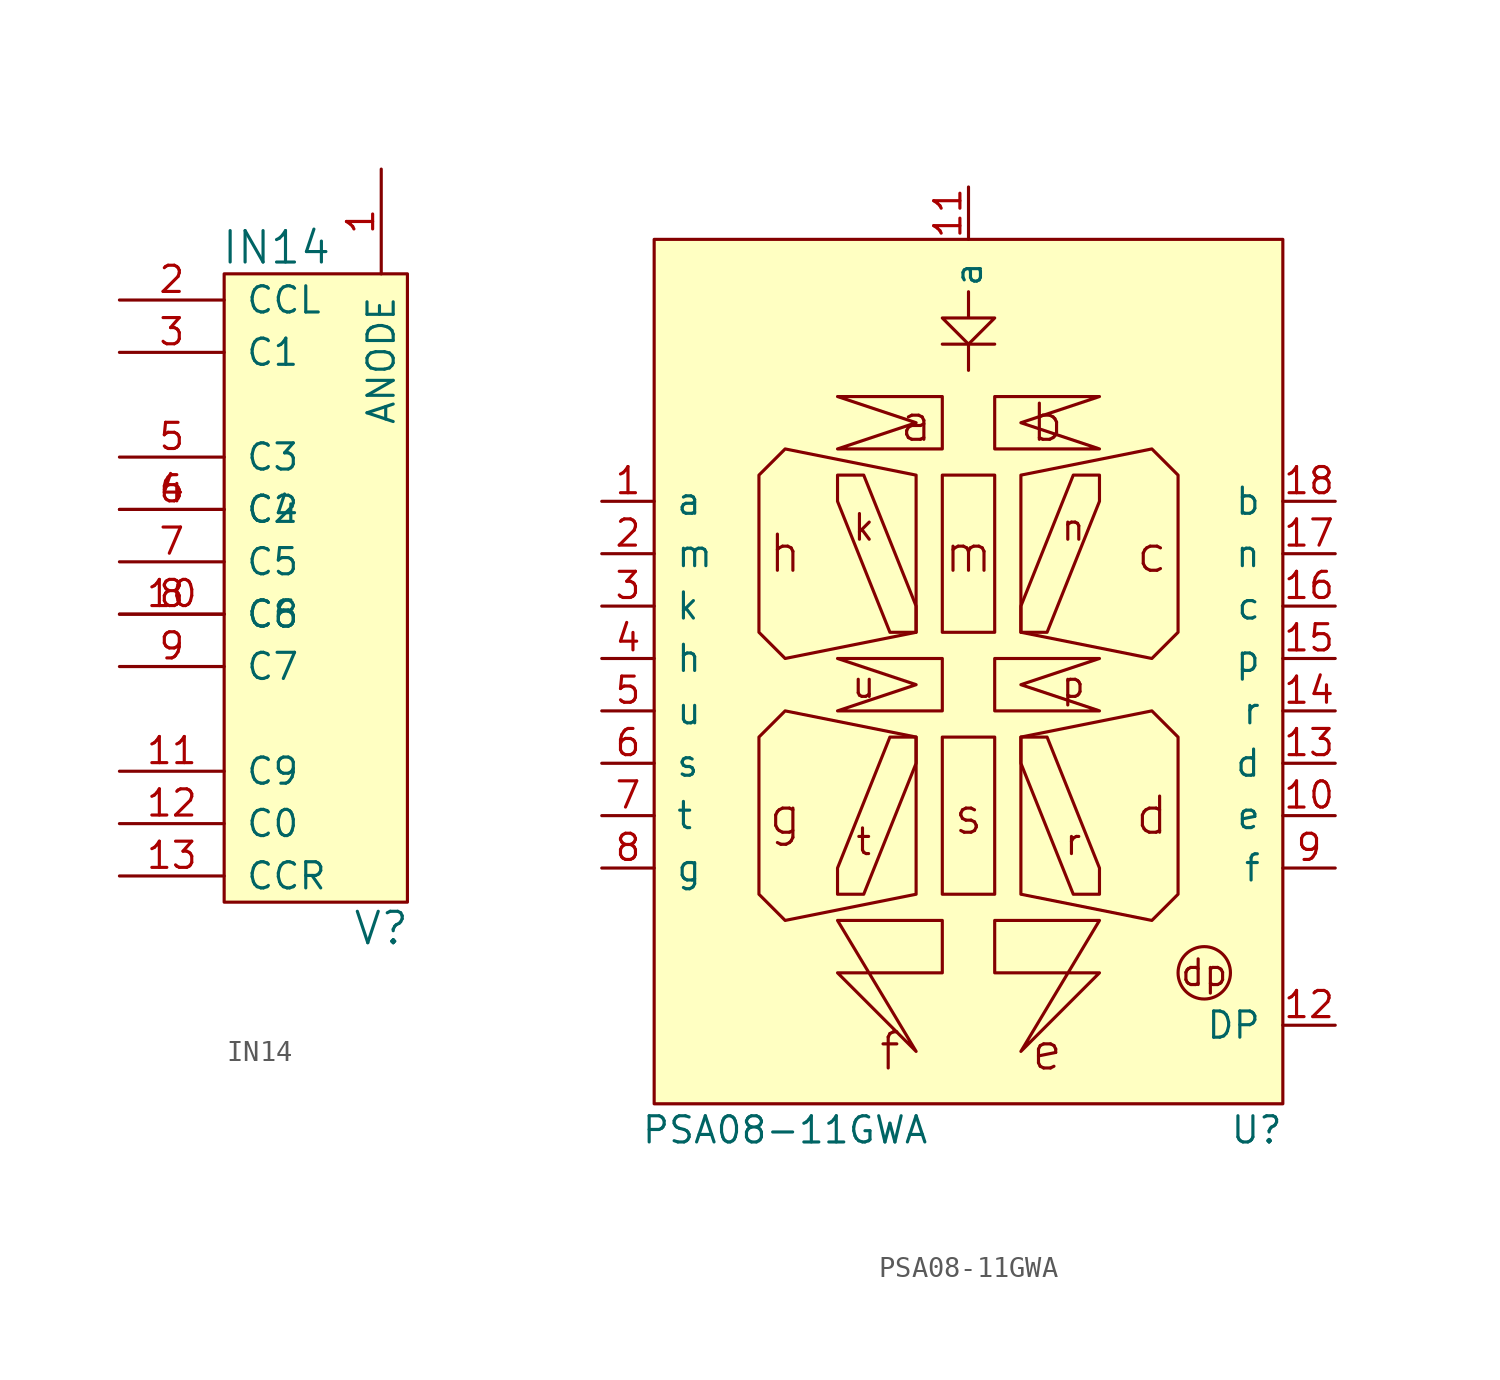
<source format=kicad_sym>
(kicad_symbol_lib
  (version 20211014)
  (generator kicad_symbol_editor)
  (symbol "IN14"
    (pin_names
      (offset 1.016))
    (property "Reference" "V"
      (at 2.54 -17.78 0)
      (effects (font (size 1.524 1.524))))
    (property "Value" "IN14"
      (at -2.54 15.24 0)
      (effects (font (size 1.524 1.524))))
    (symbol "IN14_0_1"
      (rectangle (start -5.08 13.97) (end 3.81 -16.51) (stroke (width 0) (type default) (color 0 0 0 0)) (fill (type background))))
    (symbol "IN14_1_1"
      (pin input line (at 2.54 19.05 270) (length 5.08) (name "ANODE" (effects (font (size 1.27 1.27)))) (number "1" (effects (font (size 1.27 1.27)))))
      (pin input line (at -10.16 -2.54 0) (length 5.08) (name "C8" (effects (font (size 1.27 1.27)))) (number "10" (effects (font (size 1.27 1.27)))))
      (pin input line (at -10.16 -10.16 0) (length 5.08) (name "C9" (effects (font (size 1.27 1.27)))) (number "11" (effects (font (size 1.27 1.27)))))
      (pin input line (at -10.16 -12.7 0) (length 5.08) (name "C0" (effects (font (size 1.27 1.27)))) (number "12" (effects (font (size 1.27 1.27)))))
      (pin input line (at -10.16 -15.24 0) (length 5.08) (name "CCR" (effects (font (size 1.27 1.27)))) (number "13" (effects (font (size 1.27 1.27)))))
      (pin input line (at -10.16 12.7 0) (length 5.08) (name "CCL" (effects (font (size 1.27 1.27)))) (number "2" (effects (font (size 1.27 1.27)))))
      (pin input line (at -10.16 10.16 0) (length 5.08) (name "C1" (effects (font (size 1.27 1.27)))) (number "3" (effects (font (size 1.27 1.27)))))
      (pin input line (at -10.16 2.54 0) (length 5.08) (name "C2" (effects (font (size 1.27 1.27)))) (number "4" (effects (font (size 1.27 1.27)))))
      (pin input line (at -10.16 5.08 0) (length 5.08) (name "C3" (effects (font (size 1.27 1.27)))) (number "5" (effects (font (size 1.27 1.27)))))
      (pin input line (at -10.16 2.54 0) (length 5.08) (name "C4" (effects (font (size 1.27 1.27)))) (number "6" (effects (font (size 1.27 1.27)))))
      (pin input line (at -10.16 0 0) (length 5.08) (name "C5" (effects (font (size 1.27 1.27)))) (number "7" (effects (font (size 1.27 1.27)))))
      (pin input line (at -10.16 -2.54 0) (length 5.08) (name "C6" (effects (font (size 1.27 1.27)))) (number "8" (effects (font (size 1.27 1.27)))))
      (pin input line (at -10.16 -5.08 0) (length 5.08) (name "C7" (effects (font (size 1.27 1.27)))) (number "9" (effects (font (size 1.27 1.27)))))))
  (symbol "PSA08-11GWA"
    (pin_names
      (offset 1.016))
    (property "Reference" "U"
      (at 13.97 -1.27 0)
      (effects (font (size 1.27 1.27))))
    (property "Value" "PSA08-11GWA"
      (at -8.89 -1.27 0)
      (effects (font (size 1.27 1.27))))
    (symbol "PSA08-11GWA_0_0"
      (rectangle (start -15.24 41.91) (end 15.24 0) (stroke (width 0) (type default) (color 0 0 0 0)) (fill (type background)))
      (polyline (pts (xy -1.27 36.83) (xy 1.27 36.83)) (stroke (width 0) (type default) (color 0 0 0 0)) (fill (type none)))
      (polyline (pts (xy 0 36.83) (xy 0 35.56)) (stroke (width 0) (type default) (color 0 0 0 0)) (fill (type none)))
      (polyline (pts (xy -1.27 22.86) (xy 1.27 22.86) (xy 1.27 30.48) (xy -1.27 30.48) (xy -1.27 22.86)) (stroke (width 0) (type default) (color 0 0 0 0)) (fill (type none)))
      (polyline (pts (xy 0 39.37) (xy 0 38.1) (xy -1.27 38.1) (xy 0 36.83) (xy 1.27 38.1) (xy 0 38.1)) (stroke (width 0) (type default) (color 0 0 0 0)) (fill (type none)))
      (polyline (pts (xy -8.89 31.75) (xy -2.54 30.48) (xy -2.54 22.86) (xy -8.89 21.59) (xy -10.16 22.86) (xy -10.16 30.48) (xy -8.89 31.75)) (stroke (width 0) (type default) (color 0 0 0 0)) (fill (type none)))
      (polyline (pts (xy -3.81 17.78) (xy -2.54 17.78) (xy -2.54 16.51) (xy -5.08 10.16) (xy -6.35 10.16) (xy -6.35 11.43) (xy -3.81 17.78)) (stroke (width 0) (type default) (color 0 0 0 0)) (fill (type none)))
      (polyline (pts (xy -2.54 24.13) (xy -5.08 30.48) (xy -6.35 30.48) (xy -6.35 29.21) (xy -3.81 22.86) (xy -2.54 22.86) (xy -2.54 24.13)) (stroke (width 0) (type default) (color 0 0 0 0)) (fill (type none)))
      (polyline (pts (xy 2.54 16.51) (xy 2.54 17.78) (xy 3.81 17.78) (xy 6.35 11.43) (xy 6.35 10.16) (xy 5.08 10.16) (xy 2.54 16.51)) (stroke (width 0) (type default) (color 0 0 0 0)) (fill (type none)))
      (polyline (pts (xy 2.54 24.13) (xy 2.54 22.86) (xy 3.81 22.86) (xy 6.35 29.21) (xy 6.35 30.48) (xy 5.08 30.48) (xy 2.54 24.13)) (stroke (width 0) (type default) (color 0 0 0 0)) (fill (type none)))
      (circle (center 11.43 6.35) (radius 1.27) (stroke (width 0) (type default) (color 0 0 0 0)) (fill (type none)))
      (text "a" (at -2.54 33.02 0) (effects (font (size 1.753 1.753))))
      (text "b" (at 3.81 33.02 0) (effects (font (size 1.753 1.753))))
      (text "c" (at 8.89 26.67 0) (effects (font (size 1.753 1.753))))
      (text "d" (at 8.89 13.97 0) (effects (font (size 1.753 1.753))))
      (text "dp" (at 11.43 6.35 0) (effects (font (size 1.245 1.245))))
      (text "e" (at 3.81 2.54 0) (effects (font (size 1.753 1.753))))
      (text "f" (at -3.81 2.54 0) (effects (font (size 1.753 1.753))))
      (text "g" (at -8.89 13.97 0) (effects (font (size 1.753 1.753))))
      (text "h" (at -8.89 26.67 0) (effects (font (size 1.753 1.753))))
      (text "k" (at -5.08 27.94 0) (effects (font (size 1.245 1.245))))
      (text "m" (at 0 26.67 0) (effects (font (size 1.753 1.753))))
      (text "n" (at 5.08 27.94 0) (effects (font (size 1.245 1.245))))
      (text "p" (at 5.08 20.32 0) (effects (font (size 1.245 1.245))))
      (text "r" (at 5.08 12.7 0) (effects (font (size 1.245 1.245))))
      (text "s" (at 0 13.97 0) (effects (font (size 1.753 1.753))))
      (text "t" (at -5.08 12.7 0) (effects (font (size 1.245 1.245))))
      (text "u" (at -5.08 20.32 0) (effects (font (size 1.245 1.245)))))
    (symbol "PSA08-11GWA_0_1"
      (polyline (pts (xy -1.27 8.89) (xy -6.35 8.89) (xy -2.54 2.54) (xy -6.35 6.35) (xy -1.27 6.35) (xy -1.27 8.89)) (stroke (width 0) (type default) (color 0 0 0 0)) (fill (type none)))
      (polyline (pts (xy -1.27 21.59) (xy -6.35 21.59) (xy -2.54 20.32) (xy -6.35 19.05) (xy -1.27 19.05) (xy -1.27 21.59)) (stroke (width 0) (type default) (color 0 0 0 0)) (fill (type none)))
      (polyline (pts (xy -1.27 34.29) (xy -6.35 34.29) (xy -2.54 33.02) (xy -6.35 31.75) (xy -1.27 31.75) (xy -1.27 34.29)) (stroke (width 0) (type default) (color 0 0 0 0)) (fill (type none)))
      (polyline (pts (xy 1.27 8.89) (xy 6.35 8.89) (xy 2.54 2.54) (xy 6.35 6.35) (xy 1.27 6.35) (xy 1.27 8.89)) (stroke (width 0) (type default) (color 0 0 0 0)) (fill (type none)))
      (polyline (pts (xy 1.27 21.59) (xy 6.35 21.59) (xy 2.54 20.32) (xy 6.35 19.05) (xy 1.27 19.05) (xy 1.27 21.59)) (stroke (width 0) (type default) (color 0 0 0 0)) (fill (type none)))
      (polyline (pts (xy 1.27 34.29) (xy 6.35 34.29) (xy 2.54 33.02) (xy 6.35 31.75) (xy 1.27 31.75) (xy 1.27 34.29)) (stroke (width 0) (type default) (color 0 0 0 0)) (fill (type none))))
    (symbol "PSA08-11GWA_1_1"
      (polyline (pts (xy -1.27 10.16) (xy 1.27 10.16) (xy 1.27 17.78) (xy -1.27 17.78) (xy -1.27 10.16)) (stroke (width 0) (type default) (color 0 0 0 0)) (fill (type none)))
      (polyline (pts (xy -8.89 19.05) (xy -2.54 17.78) (xy -2.54 10.16) (xy -8.89 8.89) (xy -10.16 10.16) (xy -10.16 17.78) (xy -8.89 19.05)) (stroke (width 0) (type default) (color 0 0 0 0)) (fill (type none)))
      (polyline (pts (xy 8.89 19.05) (xy 10.16 17.78) (xy 10.16 10.16) (xy 8.89 8.89) (xy 2.54 10.16) (xy 2.54 17.78) (xy 8.89 19.05)) (stroke (width 0) (type default) (color 0 0 0 0)) (fill (type none)))
      (polyline (pts (xy 8.89 31.75) (xy 10.16 30.48) (xy 10.16 22.86) (xy 8.89 21.59) (xy 2.54 22.86) (xy 2.54 30.48) (xy 8.89 31.75)) (stroke (width 0) (type default) (color 0 0 0 0)) (fill (type none)))
      (pin input line (at -17.78 29.21 0) (length 2.54) (name "a" (effects (font (size 1.27 1.27)))) (number "1" (effects (font (size 1.27 1.27)))))
      (pin input line (at 17.78 13.97 180) (length 2.54) (name "e" (effects (font (size 1.27 1.27)))) (number "10" (effects (font (size 1.27 1.27)))))
      (pin input line (at 0 44.45 270) (length 2.54) (name "a" (effects (font (size 1.27 1.27)))) (number "11" (effects (font (size 1.27 1.27)))))
      (pin input line (at 17.78 3.81 180) (length 2.54) (name "DP" (effects (font (size 1.27 1.27)))) (number "12" (effects (font (size 1.27 1.27)))))
      (pin input line (at 17.78 16.51 180) (length 2.54) (name "d" (effects (font (size 1.27 1.27)))) (number "13" (effects (font (size 1.27 1.27)))))
      (pin input line (at 17.78 19.05 180) (length 2.54) (name "r" (effects (font (size 1.27 1.27)))) (number "14" (effects (font (size 1.27 1.27)))))
      (pin input line (at 17.78 21.59 180) (length 2.54) (name "p" (effects (font (size 1.27 1.27)))) (number "15" (effects (font (size 1.27 1.27)))))
      (pin input line (at 17.78 24.13 180) (length 2.54) (name "c" (effects (font (size 1.27 1.27)))) (number "16" (effects (font (size 1.27 1.27)))))
      (pin input line (at 17.78 26.67 180) (length 2.54) (name "n" (effects (font (size 1.27 1.27)))) (number "17" (effects (font (size 1.27 1.27)))))
      (pin input line (at 17.78 29.21 180) (length 2.54) (name "b" (effects (font (size 1.27 1.27)))) (number "18" (effects (font (size 1.27 1.27)))))
      (pin input line (at -17.78 26.67 0) (length 2.54) (name "m" (effects (font (size 1.27 1.27)))) (number "2" (effects (font (size 1.27 1.27)))))
      (pin input line (at -17.78 24.13 0) (length 2.54) (name "k" (effects (font (size 1.27 1.27)))) (number "3" (effects (font (size 1.27 1.27)))))
      (pin input line (at -17.78 21.59 0) (length 2.54) (name "h" (effects (font (size 1.27 1.27)))) (number "4" (effects (font (size 1.27 1.27)))))
      (pin input line (at -17.78 19.05 0) (length 2.54) (name "u" (effects (font (size 1.27 1.27)))) (number "5" (effects (font (size 1.27 1.27)))))
      (pin input line (at -17.78 16.51 0) (length 2.54) (name "s" (effects (font (size 1.27 1.27)))) (number "6" (effects (font (size 1.27 1.27)))))
      (pin input line (at -17.78 13.97 0) (length 2.54) (name "t" (effects (font (size 1.27 1.27)))) (number "7" (effects (font (size 1.27 1.27)))))
      (pin input line (at -17.78 11.43 0) (length 2.54) (name "g" (effects (font (size 1.27 1.27)))) (number "8" (effects (font (size 1.27 1.27)))))
      (pin input line (at 17.78 11.43 180) (length 2.54) (name "f" (effects (font (size 1.27 1.27)))) (number "9" (effects (font (size 1.27 1.27))))))))
</source>
